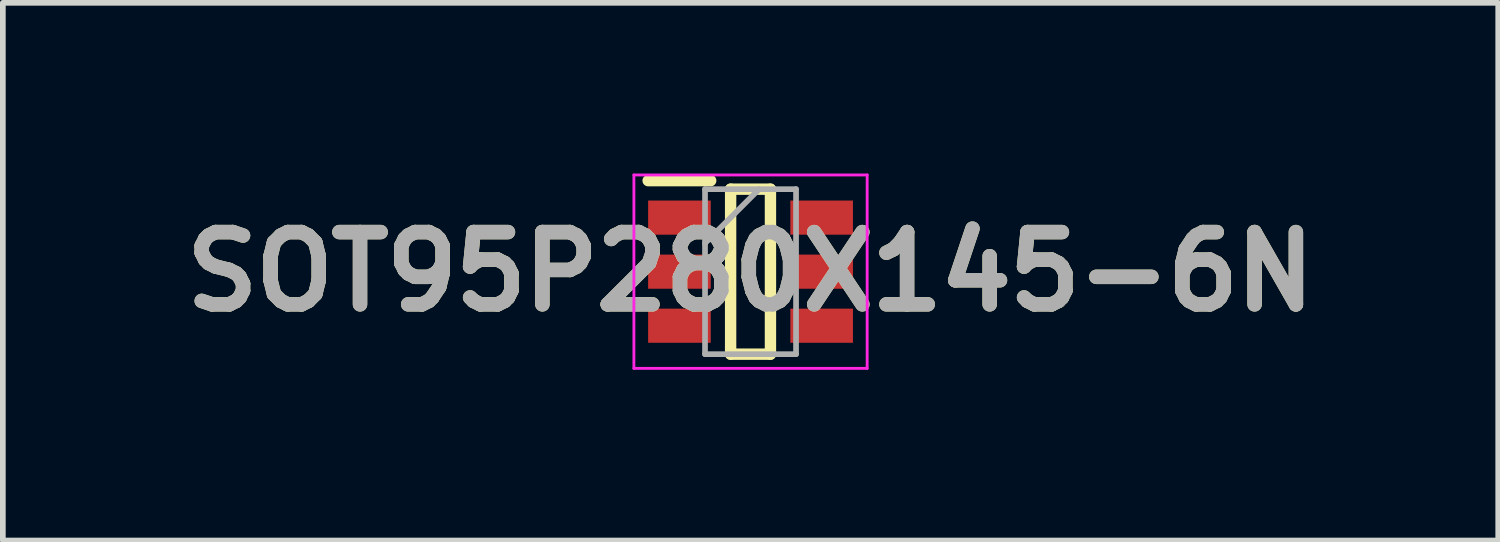
<source format=kicad_pcb>
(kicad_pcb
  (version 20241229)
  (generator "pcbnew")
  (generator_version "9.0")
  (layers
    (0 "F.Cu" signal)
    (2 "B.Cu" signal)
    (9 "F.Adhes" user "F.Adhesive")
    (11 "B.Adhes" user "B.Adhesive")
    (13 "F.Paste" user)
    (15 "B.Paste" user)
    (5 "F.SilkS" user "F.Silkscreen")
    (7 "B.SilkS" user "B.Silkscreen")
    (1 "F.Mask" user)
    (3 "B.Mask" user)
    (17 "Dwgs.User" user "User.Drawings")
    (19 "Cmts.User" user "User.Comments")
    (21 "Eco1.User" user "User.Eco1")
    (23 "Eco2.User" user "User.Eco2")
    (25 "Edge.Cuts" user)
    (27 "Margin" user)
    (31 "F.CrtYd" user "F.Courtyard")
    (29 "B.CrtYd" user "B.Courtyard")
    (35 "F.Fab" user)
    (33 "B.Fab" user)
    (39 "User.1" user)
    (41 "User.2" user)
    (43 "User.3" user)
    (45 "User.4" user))
  (footprint "SOT95P280X145-6N"
    (layer "F.Cu")
    (at 10.142 1.725)
    (property "Reference" "SOT95P280X145-6N" (at 0 0 0) (layer "F.SilkS") (effects (font (size 1.27 1.27) (thickness 0.254))))
    (attr smd)
    (fp_line (start -1.8 -1.6) (end -0.7 -1.6) (stroke (width 0.2) (type solid)) (layer "F.SilkS"))
    (fp_line (start -0.35 -1.45) (end 0.35 -1.45) (stroke (width 0.2) (type solid)) (layer "F.SilkS"))
    (fp_line (start -0.35 1.45) (end -0.35 -1.45) (stroke (width 0.2) (type solid)) (layer "F.SilkS"))
    (fp_line (start 0.35 -1.45) (end 0.35 1.45) (stroke (width 0.2) (type solid)) (layer "F.SilkS"))
    (fp_line (start 0.35 1.45) (end -0.35 1.45) (stroke (width 0.2) (type solid)) (layer "F.SilkS"))
    (fp_line (start -2.05 -1.7) (end 2.05 -1.7) (stroke (width 0.05) (type solid)) (layer "F.CrtYd"))
    (fp_line (start -2.05 1.7) (end -2.05 -1.7) (stroke (width 0.05) (type solid)) (layer "F.CrtYd"))
    (fp_line (start 2.05 -1.7) (end 2.05 1.7) (stroke (width 0.05) (type solid)) (layer "F.CrtYd"))
    (fp_line (start 2.05 1.7) (end -2.05 1.7) (stroke (width 0.05) (type solid)) (layer "F.CrtYd"))
    (fp_line (start -0.8 -1.45) (end 0.8 -1.45) (stroke (width 0.1) (type solid)) (layer "F.Fab"))
    (fp_line (start -0.8 -0.5) (end 0.15 -1.45) (stroke (width 0.1) (type solid)) (layer "F.Fab"))
    (fp_line (start -0.8 1.45) (end -0.8 -1.45) (stroke (width 0.1) (type solid)) (layer "F.Fab"))
    (fp_line (start 0.8 -1.45) (end 0.8 1.45) (stroke (width 0.1) (type solid)) (layer "F.Fab"))
    (fp_line (start 0.8 1.45) (end -0.8 1.45) (stroke (width 0.1) (type solid)) (layer "F.Fab"))
    (fp_text user "${REFERENCE}" (at 0 0 0) (layer "F.Fab") (effects (font (size 1.27 1.27) (thickness 0.254))))
    (pad "1" smd rect (at -1.25 -0.95 90) (size 0.6 1.1) (layers "F.Cu" "F.Mask" "F.Paste"))
    (pad "2" smd rect (at -1.25 0 90) (size 0.6 1.1) (layers "F.Cu" "F.Mask" "F.Paste"))
    (pad "3" smd rect (at -1.25 0.95 90) (size 0.6 1.1) (layers "F.Cu" "F.Mask" "F.Paste"))
    (pad "4" smd rect (at 1.25 0.95 90) (size 0.6 1.1) (layers "F.Cu" "F.Mask" "F.Paste"))
    (pad "5" smd rect (at 1.25 0 90) (size 0.6 1.1) (layers "F.Cu" "F.Mask" "F.Paste"))
    (pad "6" smd rect (at 1.25 -0.95 90) (size 0.6 1.1) (layers "F.Cu" "F.Mask" "F.Paste")))
  (gr_rect
    (start -3 -3)
    (end 23.284 6.45)
    (stroke (width 0.1) (type default))
    (fill no)
    (layer "Edge.Cuts")))
</source>
